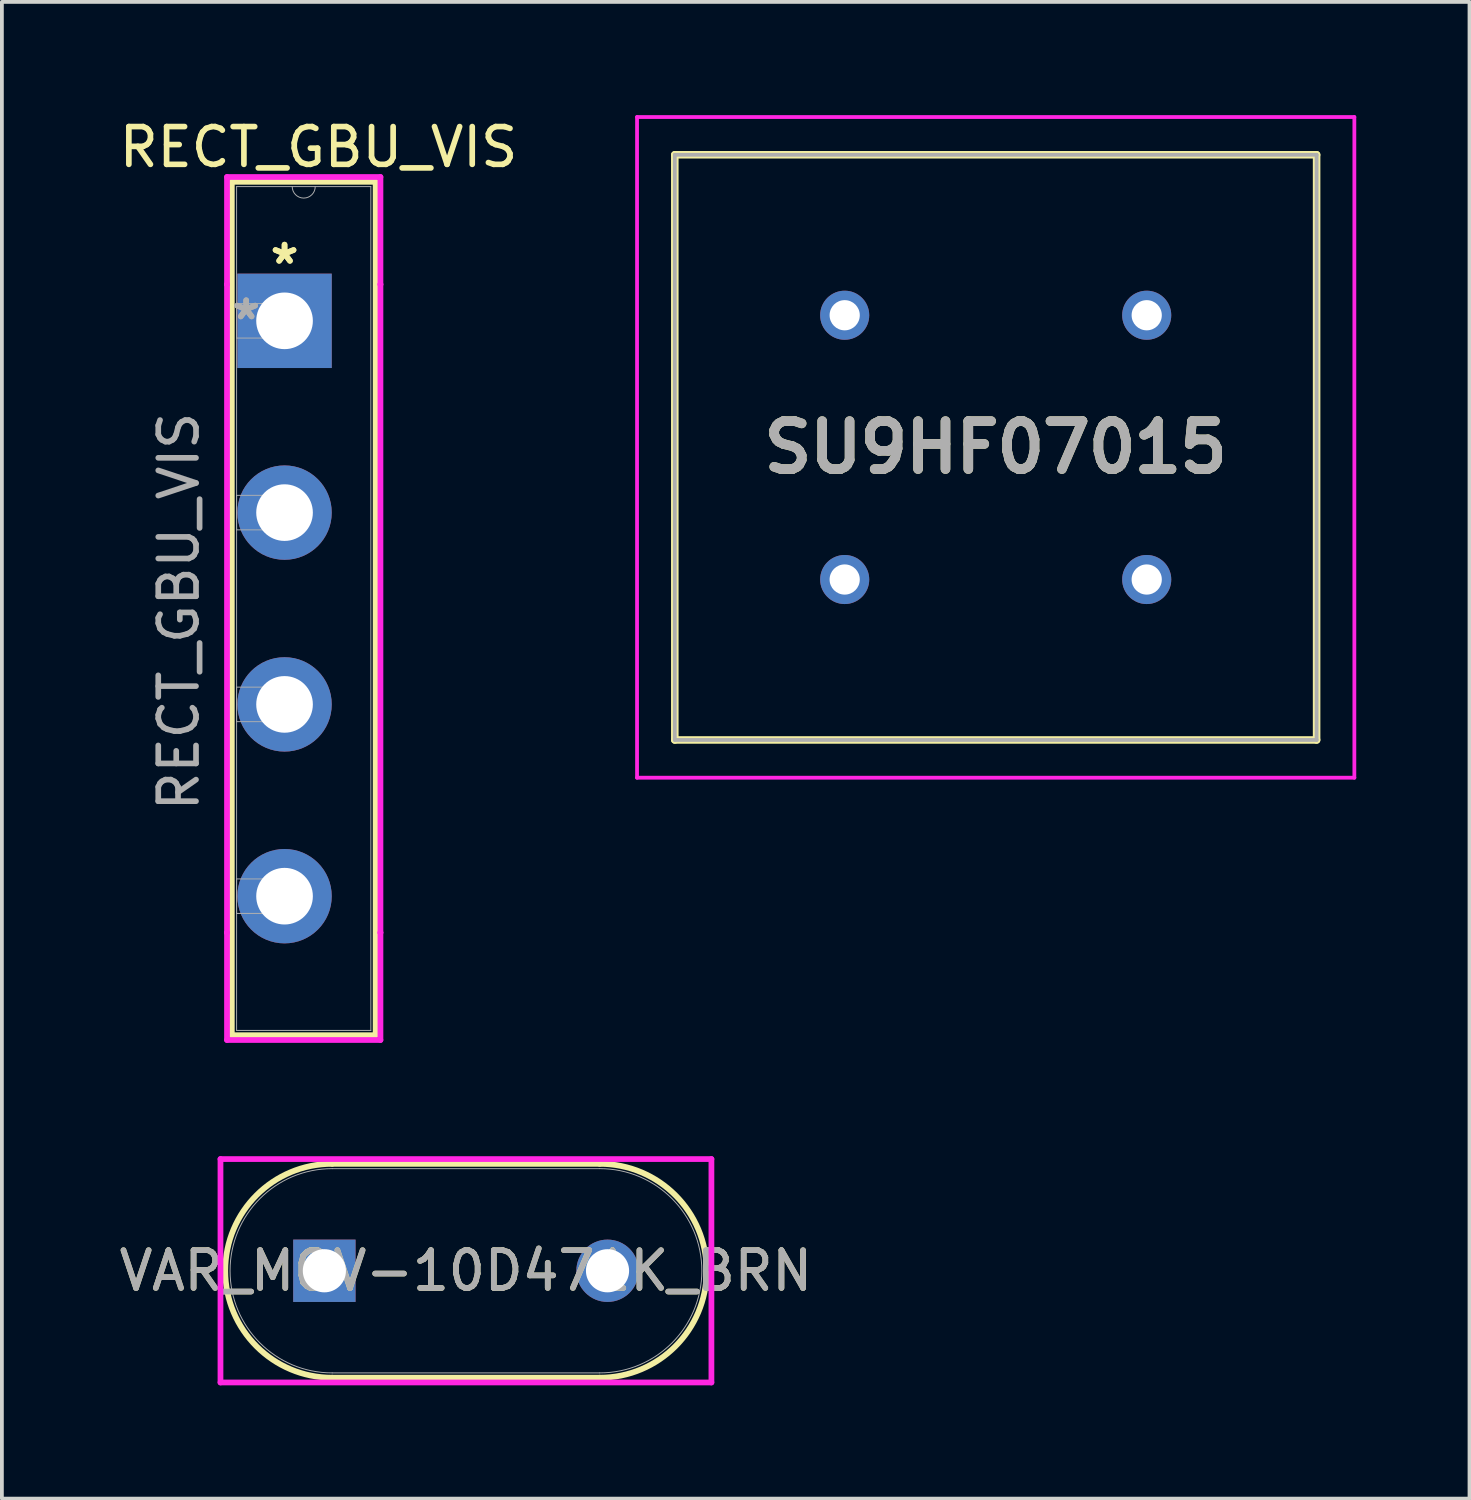
<source format=kicad_pcb>
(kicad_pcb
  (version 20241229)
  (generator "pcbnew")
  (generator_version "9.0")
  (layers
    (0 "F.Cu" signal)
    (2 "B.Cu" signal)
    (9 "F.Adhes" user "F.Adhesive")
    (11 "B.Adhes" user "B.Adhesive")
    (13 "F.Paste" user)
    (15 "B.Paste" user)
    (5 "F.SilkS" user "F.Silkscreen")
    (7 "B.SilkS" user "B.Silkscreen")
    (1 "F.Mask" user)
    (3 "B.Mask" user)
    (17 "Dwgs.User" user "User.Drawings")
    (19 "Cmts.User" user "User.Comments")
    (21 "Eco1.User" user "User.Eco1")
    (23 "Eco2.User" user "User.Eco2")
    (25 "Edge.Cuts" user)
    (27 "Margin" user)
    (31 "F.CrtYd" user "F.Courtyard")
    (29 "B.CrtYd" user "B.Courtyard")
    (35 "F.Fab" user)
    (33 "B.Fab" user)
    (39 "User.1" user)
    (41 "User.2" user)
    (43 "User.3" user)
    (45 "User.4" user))
  (footprint "SU9HF07015"
    (layer "F.Cu")
    (at 19.324 12.3)
    (property "Reference" "SU9HF07015" (at 4 -3.5 0) (layer "F.SilkS") (effects (font (size 1.27 1.27) (thickness 0.254))))
    (attr through_hole)
    (fp_line (start -4.5 -11.25) (end 12.5 -11.25) (stroke (width 0.2) (type solid)) (layer "F.SilkS"))
    (fp_line (start -4.5 4.25) (end -4.5 -11.25) (stroke (width 0.2) (type solid)) (layer "F.SilkS"))
    (fp_line (start 12.5 -11.25) (end 12.5 4.25) (stroke (width 0.2) (type solid)) (layer "F.SilkS"))
    (fp_line (start 12.5 4.25) (end -4.5 4.25) (stroke (width 0.2) (type solid)) (layer "F.SilkS"))
    (fp_line (start -5.5 -12.25) (end 13.5 -12.25) (stroke (width 0.1) (type solid)) (layer "F.CrtYd"))
    (fp_line (start -5.5 5.25) (end -5.5 -12.25) (stroke (width 0.1) (type solid)) (layer "F.CrtYd"))
    (fp_line (start 13.5 -12.25) (end 13.5 5.25) (stroke (width 0.1) (type solid)) (layer "F.CrtYd"))
    (fp_line (start 13.5 5.25) (end -5.5 5.25) (stroke (width 0.1) (type solid)) (layer "F.CrtYd"))
    (fp_line (start -4.5 -11.25) (end 12.5 -11.25) (stroke (width 0.1) (type solid)) (layer "F.Fab"))
    (fp_line (start -4.5 4.25) (end -4.5 -11.25) (stroke (width 0.1) (type solid)) (layer "F.Fab"))
    (fp_line (start 12.5 -11.25) (end 12.5 4.25) (stroke (width 0.1) (type solid)) (layer "F.Fab"))
    (fp_line (start 12.5 4.25) (end -4.5 4.25) (stroke (width 0.1) (type solid)) (layer "F.Fab"))
    (fp_text user "${REFERENCE}" (at 4 -3.5 0) (layer "F.Fab") (effects (font (size 1.27 1.27) (thickness 0.254))))
    (pad "1" thru_hole circle (at 0 0) (size 1.3 1.3) (drill 0.8) (layers "*.Cu" "*.Mask"))
    (pad "2" thru_hole circle (at 8 0) (size 1.3 1.3) (drill 0.8) (layers "*.Cu" "*.Mask"))
    (pad "3" thru_hole circle (at 8 -7) (size 1.3 1.3) (drill 0.8) (layers "*.Cu" "*.Mask"))
    (pad "4" thru_hole circle (at 0 -7) (size 1.3 1.3) (drill 0.8) (layers "*.Cu" "*.Mask")))
  (footprint "RECT_GBU_VIS"
    (layer "F.Cu")
    (at 4.487 5.448)
    (property "Reference" "RECT_GBU_VIS" (at 0.9 -4.6 0) (unlocked yes) (layer "F.SilkS") (effects (font (size 1 1) (thickness 0.15))))
    (attr through_hole)
    (fp_line (start -1.397 -3.683) (end -1.397 18.923) (stroke (width 0.152) (type solid)) (layer "F.SilkS"))
    (fp_line (start -1.397 18.923) (end 2.413 18.923) (stroke (width 0.152) (type solid)) (layer "F.SilkS"))
    (fp_line (start 2.413 -3.683) (end -1.397 -3.683) (stroke (width 0.152) (type solid)) (layer "F.SilkS"))
    (fp_line (start 2.413 18.923) (end 2.413 -3.683) (stroke (width 0.152) (type solid)) (layer "F.SilkS"))
    (fp_line (start -1.524 -3.81) (end 2.54 -3.81) (stroke (width 0.152) (type solid)) (layer "F.CrtYd"))
    (fp_line (start -1.524 -0.965) (end -1.524 -3.81) (stroke (width 0.152) (type solid)) (layer "F.CrtYd"))
    (fp_line (start -1.524 -0.965) (end -1.524 -0.965) (stroke (width 0.152) (type solid)) (layer "F.CrtYd"))
    (fp_line (start -1.524 16.205) (end -1.524 -0.965) (stroke (width 0.152) (type solid)) (layer "F.CrtYd"))
    (fp_line (start -1.524 16.205) (end -1.524 16.205) (stroke (width 0.152) (type solid)) (layer "F.CrtYd"))
    (fp_line (start -1.524 19.05) (end -1.524 16.205) (stroke (width 0.152) (type solid)) (layer "F.CrtYd"))
    (fp_line (start 2.54 -3.81) (end 2.54 -0.965) (stroke (width 0.152) (type solid)) (layer "F.CrtYd"))
    (fp_line (start 2.54 -0.965) (end 2.54 -0.965) (stroke (width 0.152) (type solid)) (layer "F.CrtYd"))
    (fp_line (start 2.54 -0.965) (end 2.54 16.205) (stroke (width 0.152) (type solid)) (layer "F.CrtYd"))
    (fp_line (start 2.54 16.205) (end 2.54 16.205) (stroke (width 0.152) (type solid)) (layer "F.CrtYd"))
    (fp_line (start 2.54 16.205) (end 2.54 19.05) (stroke (width 0.152) (type solid)) (layer "F.CrtYd"))
    (fp_line (start 2.54 19.05) (end -1.524 19.05) (stroke (width 0.152) (type solid)) (layer "F.CrtYd"))
    (fp_line (start -1.27 -3.556) (end -1.27 18.796) (stroke (width 0.025) (type solid)) (layer "F.Fab"))
    (fp_line (start -1.27 -0.457) (end -0.457 -0.457) (stroke (width 0.025) (type solid)) (layer "F.Fab"))
    (fp_line (start -1.27 0.457) (end -1.27 -0.457) (stroke (width 0.025) (type solid)) (layer "F.Fab"))
    (fp_line (start -1.27 4.623) (end -0.457 4.623) (stroke (width 0.025) (type solid)) (layer "F.Fab"))
    (fp_line (start -1.27 5.537) (end -1.27 4.623) (stroke (width 0.025) (type solid)) (layer "F.Fab"))
    (fp_line (start -1.27 9.703) (end -0.457 9.703) (stroke (width 0.025) (type solid)) (layer "F.Fab"))
    (fp_line (start -1.27 10.617) (end -1.27 9.703) (stroke (width 0.025) (type solid)) (layer "F.Fab"))
    (fp_line (start -1.27 14.783) (end -0.457 14.783) (stroke (width 0.025) (type solid)) (layer "F.Fab"))
    (fp_line (start -1.27 15.697) (end -1.27 14.783) (stroke (width 0.025) (type solid)) (layer "F.Fab"))
    (fp_line (start -1.27 18.796) (end 2.286 18.796) (stroke (width 0.025) (type solid)) (layer "F.Fab"))
    (fp_line (start -0.457 -0.457) (end -0.457 0.457) (stroke (width 0.025) (type solid)) (layer "F.Fab"))
    (fp_line (start -0.457 0.457) (end -1.27 0.457) (stroke (width 0.025) (type solid)) (layer "F.Fab"))
    (fp_line (start -0.457 4.623) (end -0.457 5.537) (stroke (width 0.025) (type solid)) (layer "F.Fab"))
    (fp_line (start -0.457 5.537) (end -1.27 5.537) (stroke (width 0.025) (type solid)) (layer "F.Fab"))
    (fp_line (start -0.457 9.703) (end -0.457 10.617) (stroke (width 0.025) (type solid)) (layer "F.Fab"))
    (fp_line (start -0.457 10.617) (end -1.27 10.617) (stroke (width 0.025) (type solid)) (layer "F.Fab"))
    (fp_line (start -0.457 14.783) (end -0.457 15.697) (stroke (width 0.025) (type solid)) (layer "F.Fab"))
    (fp_line (start -0.457 15.697) (end -1.27 15.697) (stroke (width 0.025) (type solid)) (layer "F.Fab"))
    (fp_line (start 2.286 -3.556) (end -1.27 -3.556) (stroke (width 0.025) (type solid)) (layer "F.Fab"))
    (fp_line (start 2.286 18.796) (end 2.286 -3.556) (stroke (width 0.025) (type solid)) (layer "F.Fab"))
    (fp_arc (start 0.8128 -3.556) (mid 0.508 -3.2512) (end 0.2032 -3.556) (stroke (width 0.0254) (type solid)) (layer "F.Fab"))
    (fp_text user "*" (at 0 -1.473 0) (unlocked yes) (layer "F.SilkS") (effects (font (size 1 1) (thickness 0.15))))
    (fp_text user "*" (at 0 -1.473 0) (layer "F.SilkS") (effects (font (size 1 1) (thickness 0.15))))
    (fp_text user "*" (at -1.016 0 0) (layer "F.Fab") (effects (font (size 1 1) (thickness 0.15))))
    (fp_text user "*" (at -1.016 0 0) (unlocked yes) (layer "F.Fab") (effects (font (size 1 1) (thickness 0.15))))
    (fp_text user "${REFERENCE}" (at -2.8 7.7 90) (unlocked yes) (layer "F.Fab") (effects (font (size 1 1) (thickness 0.15))))
    (pad "1" thru_hole rect (at 0 0) (size 2.5 2.5) (drill 1.5) (layers "*.Cu" "*.Mask"))
    (pad "2" thru_hole circle (at 0 5.08) (size 2.5 2.5) (drill 1.5) (layers "*.Cu" "*.Mask"))
    (pad "3" thru_hole circle (at 0 10.16) (size 2.5 2.5) (drill 1.5) (layers "*.Cu" "*.Mask"))
    (pad "4" thru_hole circle (at 0 15.24) (size 2.5 2.5) (drill 1.5) (layers "*.Cu" "*.Mask")))
  (footprint "VAR_MOV-10D471K_BRN"
    (layer "F.Cu")
    (at 9.292 30.61)
    (property "Reference" "VAR_MOV-10D471K_BRN" (at 0 0 0) (unlocked yes) (layer "F.SilkS") (effects (font (size 1 1) (thickness 0.15))))
    (attr through_hole)
    (fp_line (start -3.543 -2.832) (end 3.543 -2.832) (stroke (width 0.152) (type solid)) (layer "F.SilkS"))
    (fp_line (start -3.543 2.832) (end 3.543 2.832) (stroke (width 0.152) (type solid)) (layer "F.SilkS"))
    (fp_arc (start -3.5433 2.8321) (mid -6.3754 0) (end -3.5433 -2.8321) (stroke (width 0.1524) (type solid)) (layer "F.SilkS"))
    (fp_arc (start 3.5433 -2.8321) (mid 5.545897 -2.002597) (end 6.3754 0) (stroke (width 0.1524) (type solid)) (layer "F.SilkS"))
    (fp_arc (start 6.3754 0) (mid 5.545897 2.002597) (end 3.5433 2.8321) (stroke (width 0.1524) (type solid)) (layer "F.SilkS"))
    (fp_line (start -6.502 -2.959) (end 6.502 -2.959) (stroke (width 0.152) (type solid)) (layer "F.CrtYd"))
    (fp_line (start -6.502 2.959) (end -6.502 -2.959) (stroke (width 0.152) (type solid)) (layer "F.CrtYd"))
    (fp_line (start 6.502 -2.959) (end 6.502 2.959) (stroke (width 0.152) (type solid)) (layer "F.CrtYd"))
    (fp_line (start 6.502 2.959) (end -6.502 2.959) (stroke (width 0.152) (type solid)) (layer "F.CrtYd"))
    (fp_line (start -3.543 -2.705) (end 3.543 -2.705) (stroke (width 0.025) (type solid)) (layer "F.Fab"))
    (fp_line (start -3.543 2.705) (end 3.543 2.705) (stroke (width 0.025) (type solid)) (layer "F.Fab"))
    (fp_arc (start -3.5433 2.7051) (mid -6.2484 0) (end -3.5433 -2.7051) (stroke (width 0.0254) (type solid)) (layer "F.Fab"))
    (fp_arc (start 3.5433 -2.7051) (mid 6.2484 0) (end 3.5433 2.7051) (stroke (width 0.0254) (type solid)) (layer "F.Fab"))
    (fp_text user "${REFERENCE}" (at 0 0 0) (unlocked yes) (layer "F.Fab") (effects (font (size 1 1) (thickness 0.15))))
    (pad "1" thru_hole rect (at -3.75 0) (size 1.651 1.651) (drill 1.143) (layers "*.Cu" "*.Mask"))
    (pad "2" thru_hole circle (at 3.75 0) (size 1.651 1.651) (drill 1.143) (layers "*.Cu" "*.Mask")))
  (gr_rect
    (start -3 -3)
    (end 35.874 36.645)
    (stroke (width 0.1) (type default))
    (fill no)
    (layer "Edge.Cuts")))
</source>
